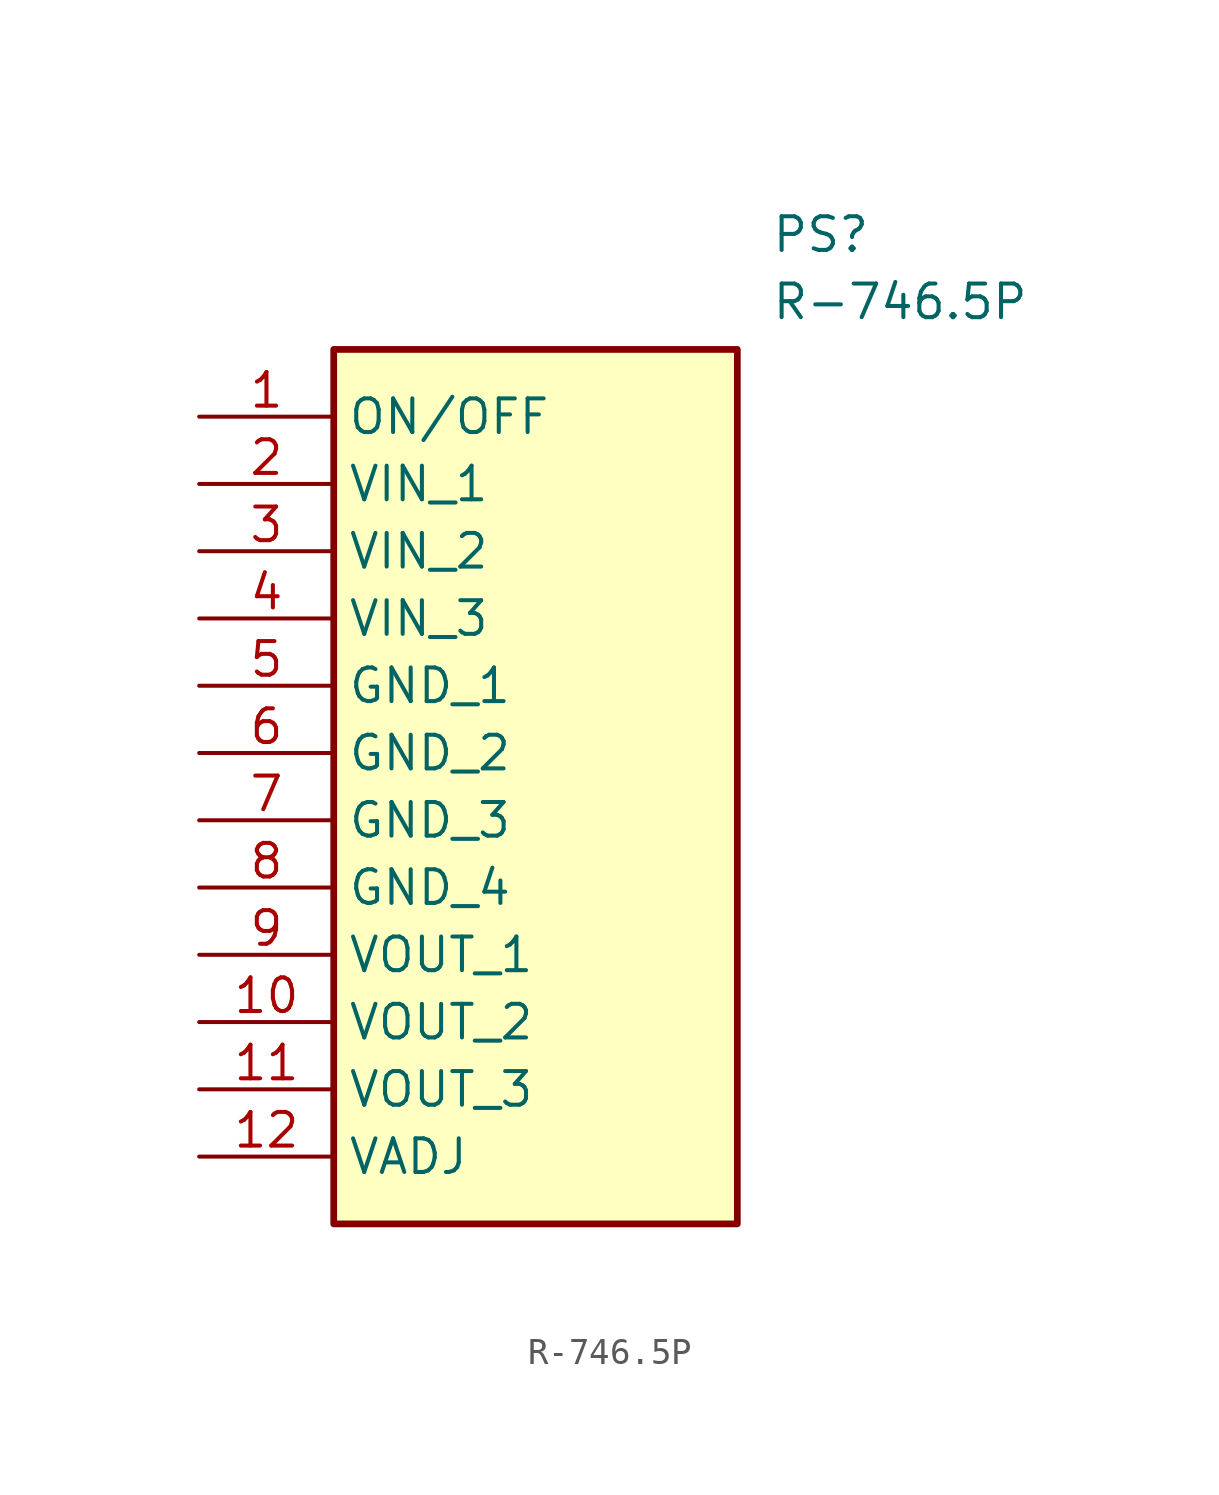
<source format=kicad_sym>
(kicad_symbol_lib
  (version 20211014)
  (generator SamacSys_ECAD_Model)
  (symbol "R-746.5P"
    (property "Reference" "PS"
      (at 21.59 7.62 0)
      (effects (font (size 1.27 1.27)) (justify left top)))
    (property "Value" "R-746.5P"
      (at 21.59 5.08 0)
      (effects (font (size 1.27 1.27)) (justify left top)))
    (rectangle
      (start 5.08 2.54)
      (end 20.32 -30.48)
      (stroke (width 0.254) (type default))
      (fill (type background)))
    (pin passive line
      (at 0 0 0)
      (length 5.08)
      (name "ON/OFF" (effects (font (size 1.27 1.27))))
      (number "1" (effects (font (size 1.27 1.27)))))
    (pin passive line
      (at 0 -2.54 0)
      (length 5.08)
      (name "VIN_1" (effects (font (size 1.27 1.27))))
      (number "2" (effects (font (size 1.27 1.27)))))
    (pin passive line
      (at 0 -5.08 0)
      (length 5.08)
      (name "VIN_2" (effects (font (size 1.27 1.27))))
      (number "3" (effects (font (size 1.27 1.27)))))
    (pin passive line
      (at 0 -7.62 0)
      (length 5.08)
      (name "VIN_3" (effects (font (size 1.27 1.27))))
      (number "4" (effects (font (size 1.27 1.27)))))
    (pin passive line
      (at 0 -10.16 0)
      (length 5.08)
      (name "GND_1" (effects (font (size 1.27 1.27))))
      (number "5" (effects (font (size 1.27 1.27)))))
    (pin passive line
      (at 0 -12.7 0)
      (length 5.08)
      (name "GND_2" (effects (font (size 1.27 1.27))))
      (number "6" (effects (font (size 1.27 1.27)))))
    (pin passive line
      (at 0 -15.24 0)
      (length 5.08)
      (name "GND_3" (effects (font (size 1.27 1.27))))
      (number "7" (effects (font (size 1.27 1.27)))))
    (pin passive line
      (at 0 -17.78 0)
      (length 5.08)
      (name "GND_4" (effects (font (size 1.27 1.27))))
      (number "8" (effects (font (size 1.27 1.27)))))
    (pin passive line
      (at 0 -20.32 0)
      (length 5.08)
      (name "VOUT_1" (effects (font (size 1.27 1.27))))
      (number "9" (effects (font (size 1.27 1.27)))))
    (pin passive line
      (at 0 -22.86 0)
      (length 5.08)
      (name "VOUT_2" (effects (font (size 1.27 1.27))))
      (number "10" (effects (font (size 1.27 1.27)))))
    (pin passive line
      (at 0 -25.4 0)
      (length 5.08)
      (name "VOUT_3" (effects (font (size 1.27 1.27))))
      (number "11" (effects (font (size 1.27 1.27)))))
    (pin passive line
      (at 0 -27.94 0)
      (length 5.08)
      (name "VADJ" (effects (font (size 1.27 1.27))))
      (number "12" (effects (font (size 1.27 1.27)))))))
</source>
